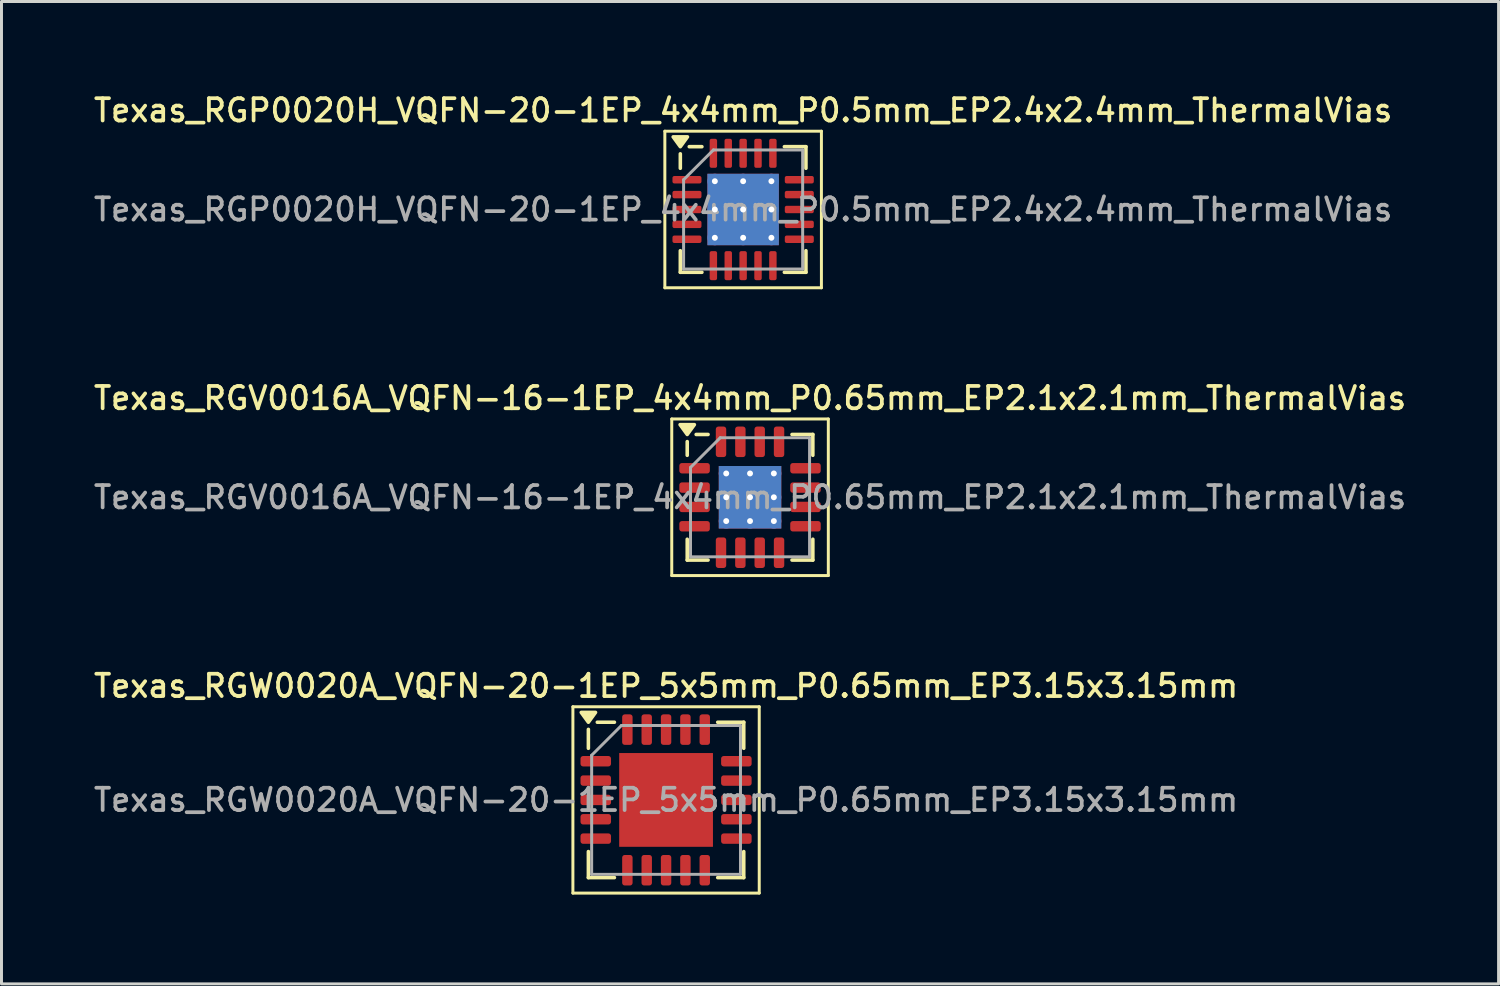
<source format=kicad_pcb>
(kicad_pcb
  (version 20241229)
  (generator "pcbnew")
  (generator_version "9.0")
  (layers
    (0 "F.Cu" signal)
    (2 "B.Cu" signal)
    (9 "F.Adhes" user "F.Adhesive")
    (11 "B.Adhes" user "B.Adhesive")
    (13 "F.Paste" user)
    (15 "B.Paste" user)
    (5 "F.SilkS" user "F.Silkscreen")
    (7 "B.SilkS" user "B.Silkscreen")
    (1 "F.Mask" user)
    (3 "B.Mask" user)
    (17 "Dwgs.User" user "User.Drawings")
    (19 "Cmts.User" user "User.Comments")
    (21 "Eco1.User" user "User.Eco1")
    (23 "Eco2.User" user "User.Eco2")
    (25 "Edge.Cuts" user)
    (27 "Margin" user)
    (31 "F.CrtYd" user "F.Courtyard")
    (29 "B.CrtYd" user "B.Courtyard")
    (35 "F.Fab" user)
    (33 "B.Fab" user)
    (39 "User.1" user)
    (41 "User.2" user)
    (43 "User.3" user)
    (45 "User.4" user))
  (footprint "Texas_RGP0020H_VQFN-20-1EP_4x4mm_P0.5mm_EP2.4x2.4mm_ThermalVias"
    (layer "F.Cu")
    (at 21.916 3.988)
    (property "Reference" "Texas_RGP0020H_VQFN-20-1EP_4x4mm_P0.5mm_EP2.4x2.4mm_ThermalVias" (at 0 -3.33 0) (layer "F.SilkS") (effects (font (size 0.75 0.75) (thickness 0.125))))
    (attr smd)
    (fp_line (start -2.63 -2.63) (end -2.63 2.63) (stroke (width 0.1) (type solid)) (layer "F.SilkS"))
    (fp_line (start -2.63 2.63) (end 2.63 2.63) (stroke (width 0.1) (type solid)) (layer "F.SilkS"))
    (fp_line (start -2.11 -1.385) (end -2.11 -1.87) (stroke (width 0.12) (type solid)) (layer "F.SilkS"))
    (fp_line (start -2.11 2.11) (end -2.11 1.385) (stroke (width 0.12) (type solid)) (layer "F.SilkS"))
    (fp_line (start -1.385 -2.11) (end -1.81 -2.11) (stroke (width 0.12) (type solid)) (layer "F.SilkS"))
    (fp_line (start -1.385 2.11) (end -2.11 2.11) (stroke (width 0.12) (type solid)) (layer "F.SilkS"))
    (fp_line (start 1.385 -2.11) (end 2.11 -2.11) (stroke (width 0.12) (type solid)) (layer "F.SilkS"))
    (fp_line (start 1.385 2.11) (end 2.11 2.11) (stroke (width 0.12) (type solid)) (layer "F.SilkS"))
    (fp_line (start 2.11 -2.11) (end 2.11 -1.385) (stroke (width 0.12) (type solid)) (layer "F.SilkS"))
    (fp_line (start 2.11 2.11) (end 2.11 1.385) (stroke (width 0.12) (type solid)) (layer "F.SilkS"))
    (fp_line (start 2.63 -2.63) (end -2.63 -2.63) (stroke (width 0.1) (type solid)) (layer "F.SilkS"))
    (fp_line (start 2.63 2.63) (end 2.63 -2.63) (stroke (width 0.1) (type solid)) (layer "F.SilkS"))
    (fp_poly (pts (xy -2.11 -2.11) (xy -2.35 -2.44) (xy -1.87 -2.44) (xy -2.11 -2.11)) (stroke (width 0.12) (type solid)) (fill yes) (layer "F.SilkS"))
    (fp_line (start -2 -1) (end -1 -2) (stroke (width 0.1) (type solid)) (layer "F.Fab"))
    (fp_line (start -2 2) (end -2 -1) (stroke (width 0.1) (type solid)) (layer "F.Fab"))
    (fp_line (start -1 -2) (end 2 -2) (stroke (width 0.1) (type solid)) (layer "F.Fab"))
    (fp_line (start 2 -2) (end 2 2) (stroke (width 0.1) (type solid)) (layer "F.Fab"))
    (fp_line (start 2 2) (end -2 2) (stroke (width 0.1) (type solid)) (layer "F.Fab"))
    (fp_text user "${REFERENCE}" (at 0 0 0) (layer "F.Fab") (effects (font (size 0.75 0.75) (thickness 0.125))))
    (pad "" smd custom (at -0.475 -0.475) (size 0.72 0.72) (layers "F.Paste") (options (anchor circle)) (primitives (gr_poly (pts (xy -0.296 -0.19) (xy -0.19 -0.296) (xy 0.19 -0.296) (xy 0.296 -0.19) (xy 0.296 0.19) (xy 0.19 0.296) (xy -0.19 0.296) (xy -0.296 0.19)) (width 0.256) (fill yes))))
    (pad "" smd custom (at -0.475 0.475) (size 0.72 0.72) (layers "F.Paste") (options (anchor circle)) (primitives (gr_poly (pts (xy -0.296 -0.19) (xy -0.19 -0.296) (xy 0.19 -0.296) (xy 0.296 -0.19) (xy 0.296 0.19) (xy 0.19 0.296) (xy -0.19 0.296) (xy -0.296 0.19)) (width 0.256) (fill yes))))
    (pad "" smd custom (at 0.475 -0.475) (size 0.72 0.72) (layers "F.Paste") (options (anchor circle)) (primitives (gr_poly (pts (xy -0.296 -0.19) (xy -0.19 -0.296) (xy 0.19 -0.296) (xy 0.296 -0.19) (xy 0.296 0.19) (xy 0.19 0.296) (xy -0.19 0.296) (xy -0.296 0.19)) (width 0.256) (fill yes))))
    (pad "" smd custom (at 0.475 0.475) (size 0.72 0.72) (layers "F.Paste") (options (anchor circle)) (primitives (gr_poly (pts (xy -0.296 -0.19) (xy -0.19 -0.296) (xy 0.19 -0.296) (xy 0.296 -0.19) (xy 0.296 0.19) (xy 0.19 0.296) (xy -0.19 0.296) (xy -0.296 0.19)) (width 0.256) (fill yes))))
    (pad "1" smd roundrect (at -1.887 -1) (size 0.975 0.25) (layers "F.Cu" "F.Mask" "F.Paste") (roundrect_rratio 0.25))
    (pad "2" smd roundrect (at -1.887 -0.5) (size 0.975 0.25) (layers "F.Cu" "F.Mask" "F.Paste") (roundrect_rratio 0.25))
    (pad "3" smd roundrect (at -1.887 0) (size 0.975 0.25) (layers "F.Cu" "F.Mask" "F.Paste") (roundrect_rratio 0.25))
    (pad "4" smd roundrect (at -1.887 0.5) (size 0.975 0.25) (layers "F.Cu" "F.Mask" "F.Paste") (roundrect_rratio 0.25))
    (pad "5" smd roundrect (at -1.887 1) (size 0.975 0.25) (layers "F.Cu" "F.Mask" "F.Paste") (roundrect_rratio 0.25))
    (pad "6" smd roundrect (at -1 1.887) (size 0.25 0.975) (layers "F.Cu" "F.Mask" "F.Paste") (roundrect_rratio 0.25))
    (pad "7" smd roundrect (at -0.5 1.887) (size 0.25 0.975) (layers "F.Cu" "F.Mask" "F.Paste") (roundrect_rratio 0.25))
    (pad "8" smd roundrect (at 0 1.887) (size 0.25 0.975) (layers "F.Cu" "F.Mask" "F.Paste") (roundrect_rratio 0.25))
    (pad "9" smd roundrect (at 0.5 1.887) (size 0.25 0.975) (layers "F.Cu" "F.Mask" "F.Paste") (roundrect_rratio 0.25))
    (pad "10" smd roundrect (at 1 1.887) (size 0.25 0.975) (layers "F.Cu" "F.Mask" "F.Paste") (roundrect_rratio 0.25))
    (pad "11" smd roundrect (at 1.887 1) (size 0.975 0.25) (layers "F.Cu" "F.Mask" "F.Paste") (roundrect_rratio 0.25))
    (pad "12" smd roundrect (at 1.887 0.5) (size 0.975 0.25) (layers "F.Cu" "F.Mask" "F.Paste") (roundrect_rratio 0.25))
    (pad "13" smd roundrect (at 1.887 0) (size 0.975 0.25) (layers "F.Cu" "F.Mask" "F.Paste") (roundrect_rratio 0.25))
    (pad "14" smd roundrect (at 1.887 -0.5) (size 0.975 0.25) (layers "F.Cu" "F.Mask" "F.Paste") (roundrect_rratio 0.25))
    (pad "15" smd roundrect (at 1.887 -1) (size 0.975 0.25) (layers "F.Cu" "F.Mask" "F.Paste") (roundrect_rratio 0.25))
    (pad "16" smd roundrect (at 1 -1.887) (size 0.25 0.975) (layers "F.Cu" "F.Mask" "F.Paste") (roundrect_rratio 0.25))
    (pad "17" smd roundrect (at 0.5 -1.887) (size 0.25 0.975) (layers "F.Cu" "F.Mask" "F.Paste") (roundrect_rratio 0.25))
    (pad "18" smd roundrect (at 0 -1.887) (size 0.25 0.975) (layers "F.Cu" "F.Mask" "F.Paste") (roundrect_rratio 0.25))
    (pad "19" smd roundrect (at -0.5 -1.887) (size 0.25 0.975) (layers "F.Cu" "F.Mask" "F.Paste") (roundrect_rratio 0.25))
    (pad "20" smd roundrect (at -1 -1.887) (size 0.25 0.975) (layers "F.Cu" "F.Mask" "F.Paste") (roundrect_rratio 0.25))
    (pad "21" thru_hole circle (at -0.95 -0.95) (size 0.5 0.5) (drill 0.2) (property pad_prop_heatsink) (layers "*.Cu"))
    (pad "21" thru_hole circle (at -0.95 0) (size 0.5 0.5) (drill 0.2) (property pad_prop_heatsink) (layers "*.Cu"))
    (pad "21" thru_hole circle (at -0.95 0.95) (size 0.5 0.5) (drill 0.2) (property pad_prop_heatsink) (layers "*.Cu"))
    (pad "21" thru_hole circle (at 0 -0.95) (size 0.5 0.5) (drill 0.2) (property pad_prop_heatsink) (layers "*.Cu"))
    (pad "21" thru_hole circle (at 0 0) (size 0.5 0.5) (drill 0.2) (property pad_prop_heatsink) (layers "*.Cu"))
    (pad "21" smd rect (at 0 0) (size 2.4 2.4) (property pad_prop_heatsink) (layers "F.Cu" "F.Mask"))
    (pad "21" smd rect (at 0 0) (size 2.4 2.4) (property pad_prop_heatsink) (layers "B.Cu"))
    (pad "21" thru_hole circle (at 0 0.95) (size 0.5 0.5) (drill 0.2) (property pad_prop_heatsink) (layers "*.Cu"))
    (pad "21" thru_hole circle (at 0.95 -0.95) (size 0.5 0.5) (drill 0.2) (property pad_prop_heatsink) (layers "*.Cu"))
    (pad "21" thru_hole circle (at 0.95 0) (size 0.5 0.5) (drill 0.2) (property pad_prop_heatsink) (layers "*.Cu"))
    (pad "21" thru_hole circle (at 0.95 0.95) (size 0.5 0.5) (drill 0.2) (property pad_prop_heatsink) (layers "*.Cu")))
  (footprint "Texas_RGW0020A_VQFN-20-1EP_5x5mm_P0.65mm_EP3.15x3.15mm"
    (layer "F.Cu")
    (at 19.327 23.824)
    (property "Reference" "Texas_RGW0020A_VQFN-20-1EP_5x5mm_P0.65mm_EP3.15x3.15mm" (at 0 -3.83 0) (layer "F.SilkS") (effects (font (size 0.75 0.75) (thickness 0.125))))
    (attr smd)
    (fp_line (start -3.13 -3.13) (end -3.13 3.13) (stroke (width 0.1) (type solid)) (layer "F.SilkS"))
    (fp_line (start -3.13 3.13) (end 3.13 3.13) (stroke (width 0.1) (type solid)) (layer "F.SilkS"))
    (fp_line (start -2.61 -1.735) (end -2.61 -2.37) (stroke (width 0.12) (type solid)) (layer "F.SilkS"))
    (fp_line (start -2.61 2.61) (end -2.61 1.735) (stroke (width 0.12) (type solid)) (layer "F.SilkS"))
    (fp_line (start -1.735 -2.61) (end -2.31 -2.61) (stroke (width 0.12) (type solid)) (layer "F.SilkS"))
    (fp_line (start -1.735 2.61) (end -2.61 2.61) (stroke (width 0.12) (type solid)) (layer "F.SilkS"))
    (fp_line (start 1.735 -2.61) (end 2.61 -2.61) (stroke (width 0.12) (type solid)) (layer "F.SilkS"))
    (fp_line (start 1.735 2.61) (end 2.61 2.61) (stroke (width 0.12) (type solid)) (layer "F.SilkS"))
    (fp_line (start 2.61 -2.61) (end 2.61 -1.735) (stroke (width 0.12) (type solid)) (layer "F.SilkS"))
    (fp_line (start 2.61 2.61) (end 2.61 1.735) (stroke (width 0.12) (type solid)) (layer "F.SilkS"))
    (fp_line (start 3.13 -3.13) (end -3.13 -3.13) (stroke (width 0.1) (type solid)) (layer "F.SilkS"))
    (fp_line (start 3.13 3.13) (end 3.13 -3.13) (stroke (width 0.1) (type solid)) (layer "F.SilkS"))
    (fp_poly (pts (xy -2.61 -2.61) (xy -2.85 -2.94) (xy -2.37 -2.94) (xy -2.61 -2.61)) (stroke (width 0.12) (type solid)) (fill yes) (layer "F.SilkS"))
    (fp_line (start -2.5 -1.5) (end -1.5 -2.5) (stroke (width 0.1) (type solid)) (layer "F.Fab"))
    (fp_line (start -2.5 2.5) (end -2.5 -1.5) (stroke (width 0.1) (type solid)) (layer "F.Fab"))
    (fp_line (start -1.5 -2.5) (end 2.5 -2.5) (stroke (width 0.1) (type solid)) (layer "F.Fab"))
    (fp_line (start 2.5 -2.5) (end 2.5 2.5) (stroke (width 0.1) (type solid)) (layer "F.Fab"))
    (fp_line (start 2.5 2.5) (end -2.5 2.5) (stroke (width 0.1) (type solid)) (layer "F.Fab"))
    (fp_text user "${REFERENCE}" (at 0 0 0) (layer "F.Fab") (effects (font (size 0.75 0.75) (thickness 0.125))))
    (pad "" smd roundrect (at -0.79 -0.79) (size 1.27 1.27) (layers "F.Paste") (roundrect_rratio 0.197))
    (pad "" smd roundrect (at -0.79 0.79) (size 1.27 1.27) (layers "F.Paste") (roundrect_rratio 0.197))
    (pad "" smd roundrect (at 0.79 -0.79) (size 1.27 1.27) (layers "F.Paste") (roundrect_rratio 0.197))
    (pad "" smd roundrect (at 0.79 0.79) (size 1.27 1.27) (layers "F.Paste") (roundrect_rratio 0.197))
    (pad "1" smd roundrect (at -2.362 -1.3) (size 1.025 0.35) (layers "F.Cu" "F.Mask" "F.Paste") (roundrect_rratio 0.25))
    (pad "2" smd roundrect (at -2.362 -0.65) (size 1.025 0.35) (layers "F.Cu" "F.Mask" "F.Paste") (roundrect_rratio 0.25))
    (pad "3" smd roundrect (at -2.362 0) (size 1.025 0.35) (layers "F.Cu" "F.Mask" "F.Paste") (roundrect_rratio 0.25))
    (pad "4" smd roundrect (at -2.362 0.65) (size 1.025 0.35) (layers "F.Cu" "F.Mask" "F.Paste") (roundrect_rratio 0.25))
    (pad "5" smd roundrect (at -2.362 1.3) (size 1.025 0.35) (layers "F.Cu" "F.Mask" "F.Paste") (roundrect_rratio 0.25))
    (pad "6" smd roundrect (at -1.3 2.362) (size 0.35 1.025) (layers "F.Cu" "F.Mask" "F.Paste") (roundrect_rratio 0.25))
    (pad "7" smd roundrect (at -0.65 2.362) (size 0.35 1.025) (layers "F.Cu" "F.Mask" "F.Paste") (roundrect_rratio 0.25))
    (pad "8" smd roundrect (at 0 2.362) (size 0.35 1.025) (layers "F.Cu" "F.Mask" "F.Paste") (roundrect_rratio 0.25))
    (pad "9" smd roundrect (at 0.65 2.362) (size 0.35 1.025) (layers "F.Cu" "F.Mask" "F.Paste") (roundrect_rratio 0.25))
    (pad "10" smd roundrect (at 1.3 2.362) (size 0.35 1.025) (layers "F.Cu" "F.Mask" "F.Paste") (roundrect_rratio 0.25))
    (pad "11" smd roundrect (at 2.362 1.3) (size 1.025 0.35) (layers "F.Cu" "F.Mask" "F.Paste") (roundrect_rratio 0.25))
    (pad "12" smd roundrect (at 2.362 0.65) (size 1.025 0.35) (layers "F.Cu" "F.Mask" "F.Paste") (roundrect_rratio 0.25))
    (pad "13" smd roundrect (at 2.362 0) (size 1.025 0.35) (layers "F.Cu" "F.Mask" "F.Paste") (roundrect_rratio 0.25))
    (pad "14" smd roundrect (at 2.362 -0.65) (size 1.025 0.35) (layers "F.Cu" "F.Mask" "F.Paste") (roundrect_rratio 0.25))
    (pad "15" smd roundrect (at 2.362 -1.3) (size 1.025 0.35) (layers "F.Cu" "F.Mask" "F.Paste") (roundrect_rratio 0.25))
    (pad "16" smd roundrect (at 1.3 -2.362) (size 0.35 1.025) (layers "F.Cu" "F.Mask" "F.Paste") (roundrect_rratio 0.25))
    (pad "17" smd roundrect (at 0.65 -2.362) (size 0.35 1.025) (layers "F.Cu" "F.Mask" "F.Paste") (roundrect_rratio 0.25))
    (pad "18" smd roundrect (at 0 -2.362) (size 0.35 1.025) (layers "F.Cu" "F.Mask" "F.Paste") (roundrect_rratio 0.25))
    (pad "19" smd roundrect (at -0.65 -2.362) (size 0.35 1.025) (layers "F.Cu" "F.Mask" "F.Paste") (roundrect_rratio 0.25))
    (pad "20" smd roundrect (at -1.3 -2.362) (size 0.35 1.025) (layers "F.Cu" "F.Mask" "F.Paste") (roundrect_rratio 0.25))
    (pad "21" smd rect (at 0 0) (size 3.15 3.15) (property pad_prop_heatsink) (layers "F.Cu" "F.Mask")))
  (footprint "Texas_RGV0016A_VQFN-16-1EP_4x4mm_P0.65mm_EP2.1x2.1mm_ThermalVias"
    (layer "F.Cu")
    (at 22.148 13.656)
    (property "Reference" "Texas_RGV0016A_VQFN-16-1EP_4x4mm_P0.65mm_EP2.1x2.1mm_ThermalVias" (at 0 -3.33 0) (layer "F.SilkS") (effects (font (size 0.75 0.75) (thickness 0.125))))
    (attr smd)
    (fp_line (start -2.63 -2.63) (end -2.63 2.63) (stroke (width 0.1) (type solid)) (layer "F.SilkS"))
    (fp_line (start -2.63 2.63) (end 2.63 2.63) (stroke (width 0.1) (type solid)) (layer "F.SilkS"))
    (fp_line (start -2.11 -1.41) (end -2.11 -1.87) (stroke (width 0.12) (type solid)) (layer "F.SilkS"))
    (fp_line (start -2.11 2.11) (end -2.11 1.41) (stroke (width 0.12) (type solid)) (layer "F.SilkS"))
    (fp_line (start -1.41 -2.11) (end -1.81 -2.11) (stroke (width 0.12) (type solid)) (layer "F.SilkS"))
    (fp_line (start -1.41 2.11) (end -2.11 2.11) (stroke (width 0.12) (type solid)) (layer "F.SilkS"))
    (fp_line (start 1.41 -2.11) (end 2.11 -2.11) (stroke (width 0.12) (type solid)) (layer "F.SilkS"))
    (fp_line (start 1.41 2.11) (end 2.11 2.11) (stroke (width 0.12) (type solid)) (layer "F.SilkS"))
    (fp_line (start 2.11 -2.11) (end 2.11 -1.41) (stroke (width 0.12) (type solid)) (layer "F.SilkS"))
    (fp_line (start 2.11 2.11) (end 2.11 1.41) (stroke (width 0.12) (type solid)) (layer "F.SilkS"))
    (fp_line (start 2.63 -2.63) (end -2.63 -2.63) (stroke (width 0.1) (type solid)) (layer "F.SilkS"))
    (fp_line (start 2.63 2.63) (end 2.63 -2.63) (stroke (width 0.1) (type solid)) (layer "F.SilkS"))
    (fp_poly (pts (xy -2.11 -2.11) (xy -2.35 -2.44) (xy -1.87 -2.44) (xy -2.11 -2.11)) (stroke (width 0.12) (type solid)) (fill yes) (layer "F.SilkS"))
    (fp_line (start -2 -1) (end -1 -2) (stroke (width 0.1) (type solid)) (layer "F.Fab"))
    (fp_line (start -2 2) (end -2 -1) (stroke (width 0.1) (type solid)) (layer "F.Fab"))
    (fp_line (start -1 -2) (end 2 -2) (stroke (width 0.1) (type solid)) (layer "F.Fab"))
    (fp_line (start 2 -2) (end 2 2) (stroke (width 0.1) (type solid)) (layer "F.Fab"))
    (fp_line (start 2 2) (end -2 2) (stroke (width 0.1) (type solid)) (layer "F.Fab"))
    (fp_text user "${REFERENCE}" (at 0 0 0) (layer "F.Fab") (effects (font (size 0.75 0.75) (thickness 0.125))))
    (pad "" smd roundrect (at -0.525 -0.525) (size 0.91 0.91) (layers "F.Paste") (roundrect_rratio 0.25))
    (pad "" smd roundrect (at -0.525 0.525) (size 0.91 0.91) (layers "F.Paste") (roundrect_rratio 0.25))
    (pad "" smd roundrect (at 0.525 -0.525) (size 0.91 0.91) (layers "F.Paste") (roundrect_rratio 0.25))
    (pad "" smd roundrect (at 0.525 0.525) (size 0.91 0.91) (layers "F.Paste") (roundrect_rratio 0.25))
    (pad "1" smd roundrect (at -1.863 -0.975) (size 1.025 0.35) (layers "F.Cu" "F.Mask" "F.Paste") (roundrect_rratio 0.25))
    (pad "2" smd roundrect (at -1.863 -0.325) (size 1.025 0.35) (layers "F.Cu" "F.Mask" "F.Paste") (roundrect_rratio 0.25))
    (pad "3" smd roundrect (at -1.863 0.325) (size 1.025 0.35) (layers "F.Cu" "F.Mask" "F.Paste") (roundrect_rratio 0.25))
    (pad "4" smd roundrect (at -1.863 0.975) (size 1.025 0.35) (layers "F.Cu" "F.Mask" "F.Paste") (roundrect_rratio 0.25))
    (pad "5" smd roundrect (at -0.975 1.863) (size 0.35 1.025) (layers "F.Cu" "F.Mask" "F.Paste") (roundrect_rratio 0.25))
    (pad "6" smd roundrect (at -0.325 1.863) (size 0.35 1.025) (layers "F.Cu" "F.Mask" "F.Paste") (roundrect_rratio 0.25))
    (pad "7" smd roundrect (at 0.325 1.863) (size 0.35 1.025) (layers "F.Cu" "F.Mask" "F.Paste") (roundrect_rratio 0.25))
    (pad "8" smd roundrect (at 0.975 1.863) (size 0.35 1.025) (layers "F.Cu" "F.Mask" "F.Paste") (roundrect_rratio 0.25))
    (pad "9" smd roundrect (at 1.863 0.975) (size 1.025 0.35) (layers "F.Cu" "F.Mask" "F.Paste") (roundrect_rratio 0.25))
    (pad "10" smd roundrect (at 1.863 0.325) (size 1.025 0.35) (layers "F.Cu" "F.Mask" "F.Paste") (roundrect_rratio 0.25))
    (pad "11" smd roundrect (at 1.863 -0.325) (size 1.025 0.35) (layers "F.Cu" "F.Mask" "F.Paste") (roundrect_rratio 0.25))
    (pad "12" smd roundrect (at 1.863 -0.975) (size 1.025 0.35) (layers "F.Cu" "F.Mask" "F.Paste") (roundrect_rratio 0.25))
    (pad "13" smd roundrect (at 0.975 -1.863) (size 0.35 1.025) (layers "F.Cu" "F.Mask" "F.Paste") (roundrect_rratio 0.25))
    (pad "14" smd roundrect (at 0.325 -1.863) (size 0.35 1.025) (layers "F.Cu" "F.Mask" "F.Paste") (roundrect_rratio 0.25))
    (pad "15" smd roundrect (at -0.325 -1.863) (size 0.35 1.025) (layers "F.Cu" "F.Mask" "F.Paste") (roundrect_rratio 0.25))
    (pad "16" smd roundrect (at -0.975 -1.863) (size 0.35 1.025) (layers "F.Cu" "F.Mask" "F.Paste") (roundrect_rratio 0.25))
    (pad "17" thru_hole circle (at -0.8 -0.8) (size 0.5 0.5) (drill 0.2) (property pad_prop_heatsink) (layers "*.Cu"))
    (pad "17" thru_hole circle (at -0.8 0) (size 0.5 0.5) (drill 0.2) (property pad_prop_heatsink) (layers "*.Cu"))
    (pad "17" thru_hole circle (at -0.8 0.8) (size 0.5 0.5) (drill 0.2) (property pad_prop_heatsink) (layers "*.Cu"))
    (pad "17" thru_hole circle (at 0 -0.8) (size 0.5 0.5) (drill 0.2) (property pad_prop_heatsink) (layers "*.Cu"))
    (pad "17" thru_hole circle (at 0 0) (size 0.5 0.5) (drill 0.2) (property pad_prop_heatsink) (layers "*.Cu"))
    (pad "17" smd rect (at 0 0) (size 2.1 2.1) (property pad_prop_heatsink) (layers "F.Cu" "F.Mask"))
    (pad "17" smd rect (at 0 0) (size 2.1 2.1) (property pad_prop_heatsink) (layers "B.Cu"))
    (pad "17" thru_hole circle (at 0 0.8) (size 0.5 0.5) (drill 0.2) (property pad_prop_heatsink) (layers "*.Cu"))
    (pad "17" thru_hole circle (at 0.8 -0.8) (size 0.5 0.5) (drill 0.2) (property pad_prop_heatsink) (layers "*.Cu"))
    (pad "17" thru_hole circle (at 0.8 0) (size 0.5 0.5) (drill 0.2) (property pad_prop_heatsink) (layers "*.Cu"))
    (pad "17" thru_hole circle (at 0.8 0.8) (size 0.5 0.5) (drill 0.2) (property pad_prop_heatsink) (layers "*.Cu")))
  (gr_rect
    (start -3 -3)
    (end 47.296 30.004)
    (stroke (width 0.1) (type default))
    (fill no)
    (layer "Edge.Cuts")))
</source>
